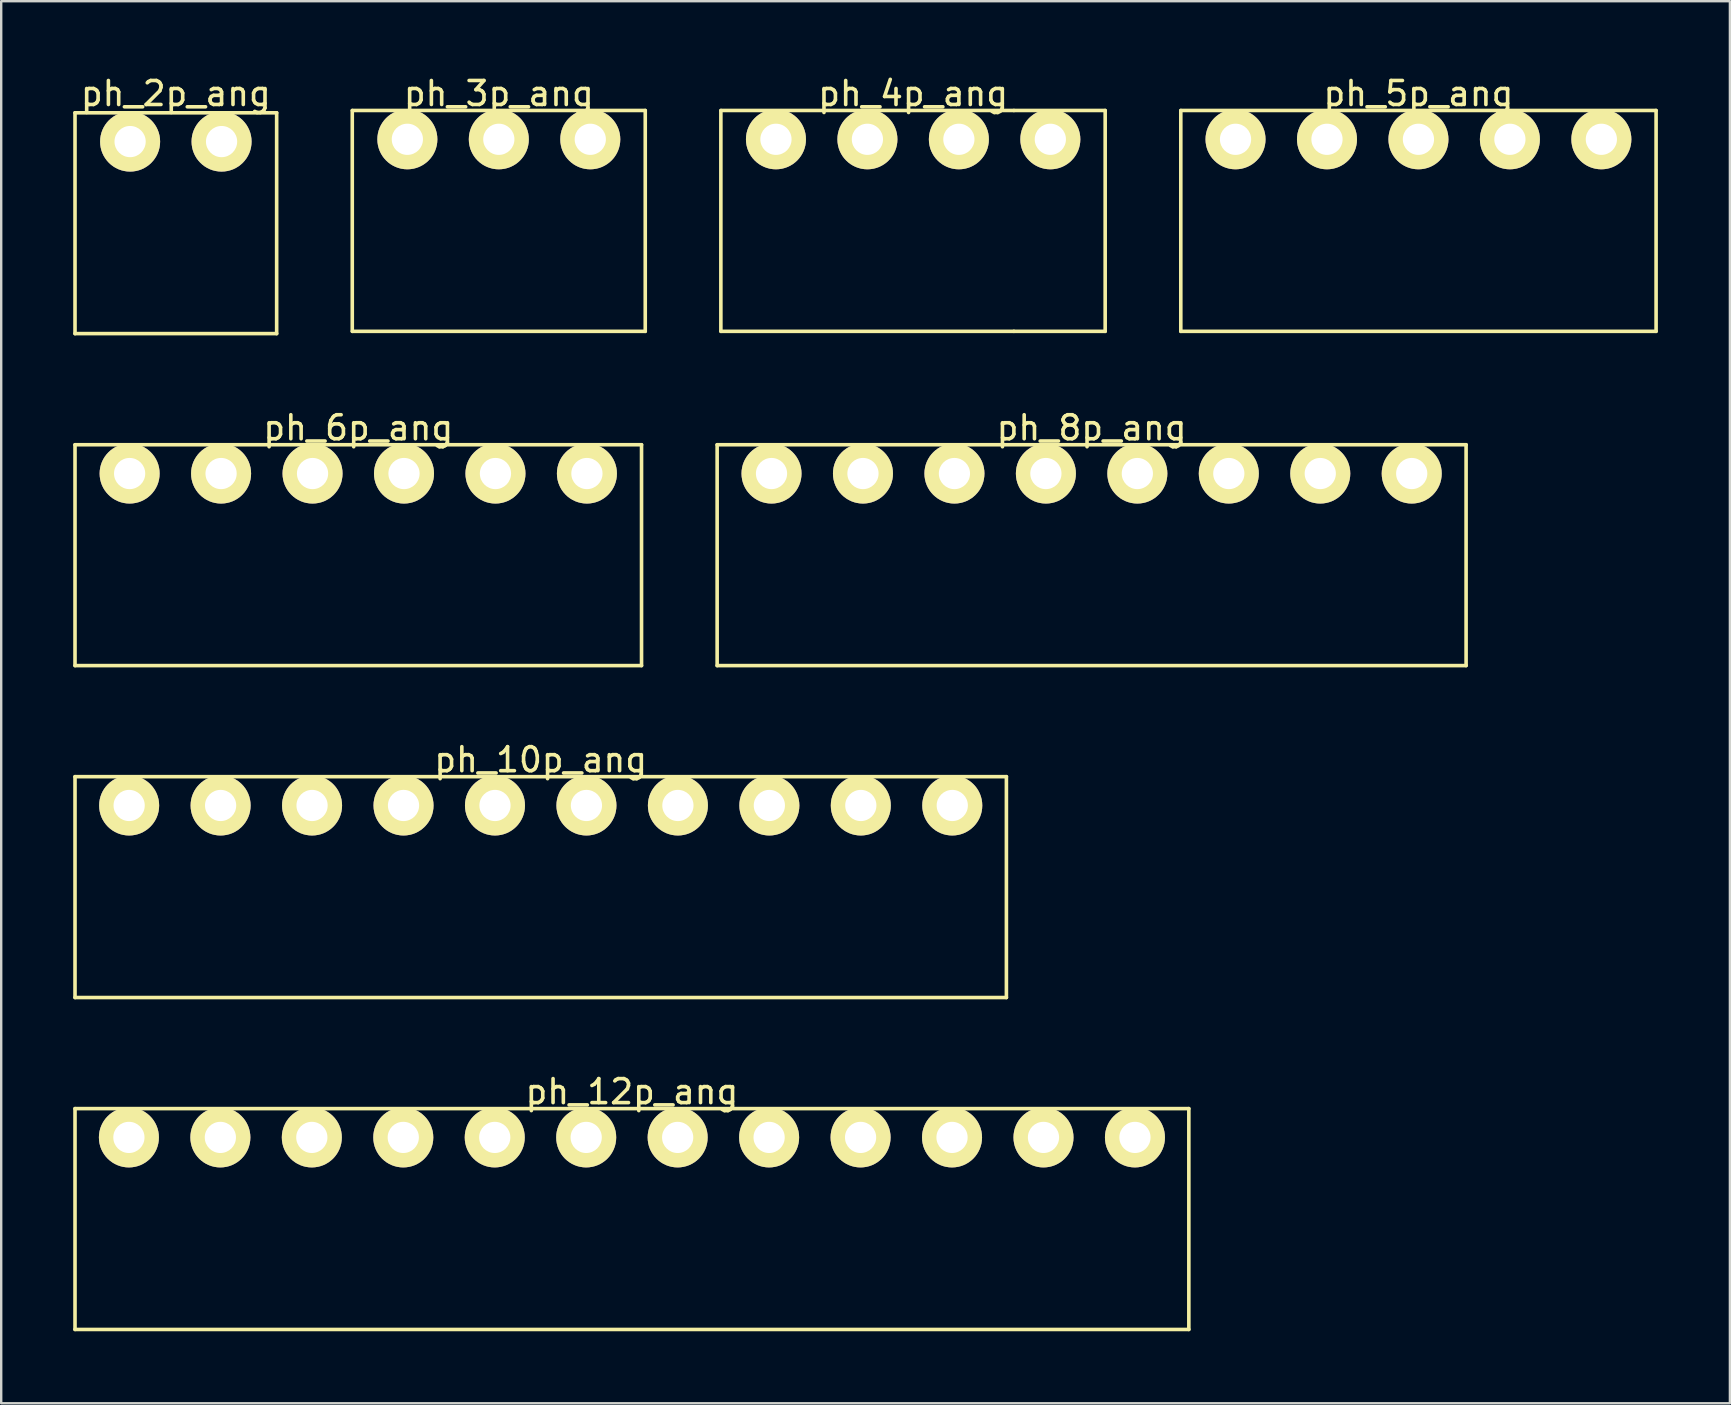
<source format=kicad_pcb>
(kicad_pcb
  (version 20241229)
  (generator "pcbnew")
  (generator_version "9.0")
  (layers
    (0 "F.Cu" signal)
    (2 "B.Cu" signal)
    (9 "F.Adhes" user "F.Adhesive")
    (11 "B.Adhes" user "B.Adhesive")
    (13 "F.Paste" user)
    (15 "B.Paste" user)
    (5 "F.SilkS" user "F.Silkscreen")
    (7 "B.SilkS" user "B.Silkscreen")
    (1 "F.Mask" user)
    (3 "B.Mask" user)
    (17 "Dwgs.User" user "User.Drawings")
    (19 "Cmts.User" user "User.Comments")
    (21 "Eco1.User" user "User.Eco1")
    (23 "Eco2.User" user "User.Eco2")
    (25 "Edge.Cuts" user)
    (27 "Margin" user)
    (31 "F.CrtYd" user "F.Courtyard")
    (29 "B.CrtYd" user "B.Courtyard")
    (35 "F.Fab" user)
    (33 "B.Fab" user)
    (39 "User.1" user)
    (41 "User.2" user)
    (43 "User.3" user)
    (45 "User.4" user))
  (footprint "ph_12p_ang"
    (layer "F.Cu")
    (at 23.275 44.333)
    (property "Reference" "ph_12p_ang" (at 0 -1.905 0) (layer "F.SilkS") (effects (font (size 1 1) (thickness 0.15))))
    (attr through_hole)
    (fp_line (start -23.2 -1.2) (end -23.2 8) (stroke (width 0.15) (type solid)) (layer "F.SilkS"))
    (fp_line (start -23.2 8) (end 23.2 8) (stroke (width 0.15) (type solid)) (layer "F.SilkS"))
    (fp_line (start 23.2 -1.2) (end -23.2 -1.2) (stroke (width 0.15) (type solid)) (layer "F.SilkS"))
    (fp_line (start 23.2 -1.2) (end 23.2 8) (stroke (width 0.15) (type solid)) (layer "F.SilkS"))
    (pad "1" thru_hole circle (at -20.955 0) (size 2.5 2.5) (drill 1.3) (layers "*.Cu" "*.Mask" "F.SilkS"))
    (pad "2" thru_hole circle (at -17.145 0) (size 2.5 2.5) (drill 1.3) (layers "*.Cu" "*.Mask" "F.SilkS"))
    (pad "3" thru_hole circle (at -13.335 0) (size 2.5 2.5) (drill 1.3) (layers "*.Cu" "*.Mask" "F.SilkS"))
    (pad "4" thru_hole circle (at -9.525 0) (size 2.5 2.5) (drill 1.3) (layers "*.Cu" "*.Mask" "F.SilkS"))
    (pad "5" thru_hole circle (at -5.715 0) (size 2.5 2.5) (drill 1.3) (layers "*.Cu" "*.Mask" "F.SilkS"))
    (pad "6" thru_hole circle (at -1.905 0) (size 2.5 2.5) (drill 1.3) (layers "*.Cu" "*.Mask" "F.SilkS"))
    (pad "7" thru_hole circle (at 1.905 0) (size 2.5 2.5) (drill 1.3) (layers "*.Cu" "*.Mask" "F.SilkS"))
    (pad "8" thru_hole circle (at 5.715 0) (size 2.5 2.5) (drill 1.3) (layers "*.Cu" "*.Mask" "F.SilkS"))
    (pad "9" thru_hole circle (at 9.525 0) (size 2.5 2.5) (drill 1.3) (layers "*.Cu" "*.Mask" "F.SilkS"))
    (pad "10" thru_hole circle (at 13.335 0) (size 2.5 2.5) (drill 1.3) (layers "*.Cu" "*.Mask" "F.SilkS"))
    (pad "11" thru_hole circle (at 17.145 0) (size 2.5 2.5) (drill 1.3) (layers "*.Cu" "*.Mask" "F.SilkS"))
    (pad "12" thru_hole circle (at 20.955 0) (size 2.5 2.5) (drill 1.3) (layers "*.Cu" "*.Mask" "F.SilkS")))
  (footprint "ph_5p_ang"
    (layer "F.Cu")
    (at 56.04 2.753)
    (property "Reference" "ph_5p_ang" (at 0 -1.905 0) (layer "F.SilkS") (effects (font (size 1 1) (thickness 0.15))))
    (attr through_hole)
    (fp_line (start -9.9 -1.2) (end -9.9 8) (stroke (width 0.15) (type solid)) (layer "F.SilkS"))
    (fp_line (start 9.9 -1.2) (end -9.9 -1.2) (stroke (width 0.15) (type solid)) (layer "F.SilkS"))
    (fp_line (start 9.9 -1.2) (end 9.9 8) (stroke (width 0.15) (type solid)) (layer "F.SilkS"))
    (fp_line (start 9.9 8) (end -9.9 8) (stroke (width 0.15) (type solid)) (layer "F.SilkS"))
    (pad "1" thru_hole circle (at -7.62 0) (size 2.5 2.5) (drill 1.3) (layers "*.Cu" "*.Mask" "F.SilkS"))
    (pad "2" thru_hole circle (at -3.81 0) (size 2.5 2.5) (drill 1.3) (layers "*.Cu" "*.Mask" "F.SilkS"))
    (pad "3" thru_hole circle (at 0 0) (size 2.5 2.5) (drill 1.3) (layers "*.Cu" "*.Mask" "F.SilkS"))
    (pad "4" thru_hole circle (at 3.81 0) (size 2.5 2.5) (drill 1.3) (layers "*.Cu" "*.Mask" "F.SilkS"))
    (pad "5" thru_hole circle (at 7.62 0) (size 2.5 2.5) (drill 1.3) (layers "*.Cu" "*.Mask" "F.SilkS")))
  (footprint "ph_8p_ang"
    (layer "F.Cu")
    (at 42.425 16.677)
    (property "Reference" "ph_8p_ang" (at 0 -1.905 0) (layer "F.SilkS") (effects (font (size 1 1) (thickness 0.15))))
    (attr through_hole)
    (fp_line (start -15.6 -1.2) (end -15.6 8) (stroke (width 0.15) (type solid)) (layer "F.SilkS"))
    (fp_line (start 15.6 -1.2) (end -15.6 -1.2) (stroke (width 0.15) (type solid)) (layer "F.SilkS"))
    (fp_line (start 15.6 -1.2) (end 15.6 8) (stroke (width 0.15) (type solid)) (layer "F.SilkS"))
    (fp_line (start 15.6 8) (end -15.6 8) (stroke (width 0.15) (type solid)) (layer "F.SilkS"))
    (pad "1" thru_hole circle (at -13.335 0) (size 2.5 2.5) (drill 1.3) (layers "*.Cu" "*.Mask" "F.SilkS"))
    (pad "2" thru_hole circle (at -9.525 0) (size 2.5 2.5) (drill 1.3) (layers "*.Cu" "*.Mask" "F.SilkS"))
    (pad "3" thru_hole circle (at -5.715 0) (size 2.5 2.5) (drill 1.3) (layers "*.Cu" "*.Mask" "F.SilkS"))
    (pad "4" thru_hole circle (at -1.905 0) (size 2.5 2.5) (drill 1.3) (layers "*.Cu" "*.Mask" "F.SilkS"))
    (pad "5" thru_hole circle (at 1.905 0) (size 2.5 2.5) (drill 1.3) (layers "*.Cu" "*.Mask" "F.SilkS"))
    (pad "6" thru_hole circle (at 5.715 0) (size 2.5 2.5) (drill 1.3) (layers "*.Cu" "*.Mask" "F.SilkS"))
    (pad "7" thru_hole circle (at 9.525 0) (size 2.5 2.5) (drill 1.3) (layers "*.Cu" "*.Mask" "F.SilkS"))
    (pad "8" thru_hole circle (at 13.335 0) (size 2.5 2.5) (drill 1.3) (layers "*.Cu" "*.Mask" "F.SilkS")))
  (footprint "ph_3p_ang"
    (layer "F.Cu")
    (at 17.73 2.753)
    (property "Reference" "ph_3p_ang" (at 0 -1.905 0) (layer "F.SilkS") (effects (font (size 1 1) (thickness 0.15))))
    (attr through_hole)
    (fp_line (start -6.105 -1.2) (end -6.105 8) (stroke (width 0.15) (type solid)) (layer "F.SilkS"))
    (fp_line (start -6.1 -1.2) (end 6.1 -1.2) (stroke (width 0.15) (type solid)) (layer "F.SilkS"))
    (fp_line (start -6.1 8) (end 6.1 8) (stroke (width 0.15) (type solid)) (layer "F.SilkS"))
    (fp_line (start 6.1 8) (end 6.1 -1.2) (stroke (width 0.15) (type solid)) (layer "F.SilkS"))
    (pad "1" thru_hole circle (at -3.81 0) (size 2.5 2.5) (drill 1.3) (layers "*.Cu" "*.Mask" "F.SilkS"))
    (pad "2" thru_hole circle (at 0 0) (size 2.5 2.5) (drill 1.3) (layers "*.Cu" "*.Mask" "F.SilkS"))
    (pad "3" thru_hole circle (at 3.81 0) (size 2.5 2.5) (drill 1.3) (layers "*.Cu" "*.Mask" "F.SilkS")))
  (footprint "ph_6p_ang"
    (layer "F.Cu")
    (at 11.875 16.677)
    (property "Reference" "ph_6p_ang" (at 0 -1.905 0) (layer "F.SilkS") (effects (font (size 1 1) (thickness 0.15))))
    (attr through_hole)
    (fp_line (start -11.8 -1.2) (end -11.8 8) (stroke (width 0.15) (type solid)) (layer "F.SilkS"))
    (fp_line (start -11.8 8) (end 11.8 8) (stroke (width 0.15) (type solid)) (layer "F.SilkS"))
    (fp_line (start 11.8 -1.2) (end -11.8 -1.2) (stroke (width 0.15) (type solid)) (layer "F.SilkS"))
    (fp_line (start 11.8 -1.2) (end 11.8 8) (stroke (width 0.15) (type solid)) (layer "F.SilkS"))
    (pad "1" thru_hole circle (at -9.525 0) (size 2.5 2.5) (drill 1.3) (layers "*.Cu" "*.Mask" "F.SilkS"))
    (pad "2" thru_hole circle (at -5.715 0) (size 2.5 2.5) (drill 1.3) (layers "*.Cu" "*.Mask" "F.SilkS"))
    (pad "3" thru_hole circle (at -1.905 0) (size 2.5 2.5) (drill 1.3) (layers "*.Cu" "*.Mask" "F.SilkS"))
    (pad "4" thru_hole circle (at 1.905 0) (size 2.5 2.5) (drill 1.3) (layers "*.Cu" "*.Mask" "F.SilkS"))
    (pad "5" thru_hole circle (at 5.715 0) (size 2.5 2.5) (drill 1.3) (layers "*.Cu" "*.Mask" "F.SilkS"))
    (pad "6" thru_hole circle (at 9.525 0) (size 2.5 2.5) (drill 1.3) (layers "*.Cu" "*.Mask" "F.SilkS")))
  (footprint "ph_10p_ang"
    (layer "F.Cu")
    (at 19.475 30.505)
    (property "Reference" "ph_10p_ang" (at 0 -1.905 0) (layer "F.SilkS") (effects (font (size 1 1) (thickness 0.15))))
    (attr through_hole)
    (fp_line (start -19.4 -1.2) (end -19.4 8) (stroke (width 0.15) (type solid)) (layer "F.SilkS"))
    (fp_line (start 19.4 -1.2) (end -19.4 -1.2) (stroke (width 0.15) (type solid)) (layer "F.SilkS"))
    (fp_line (start 19.4 -1.2) (end 19.4 8) (stroke (width 0.15) (type solid)) (layer "F.SilkS"))
    (fp_line (start 19.4 8) (end -19.4 8) (stroke (width 0.15) (type solid)) (layer "F.SilkS"))
    (pad "1" thru_hole circle (at -17.145 0) (size 2.5 2.5) (drill 1.3) (layers "*.Cu" "*.Mask" "F.SilkS"))
    (pad "2" thru_hole circle (at -13.335 0) (size 2.5 2.5) (drill 1.3) (layers "*.Cu" "*.Mask" "F.SilkS"))
    (pad "3" thru_hole circle (at -9.525 0) (size 2.5 2.5) (drill 1.3) (layers "*.Cu" "*.Mask" "F.SilkS"))
    (pad "4" thru_hole circle (at -5.715 0) (size 2.5 2.5) (drill 1.3) (layers "*.Cu" "*.Mask" "F.SilkS"))
    (pad "5" thru_hole circle (at -1.905 0) (size 2.5 2.5) (drill 1.3) (layers "*.Cu" "*.Mask" "F.SilkS"))
    (pad "6" thru_hole circle (at 1.905 0) (size 2.5 2.5) (drill 1.3) (layers "*.Cu" "*.Mask" "F.SilkS"))
    (pad "7" thru_hole circle (at 5.715 0) (size 2.5 2.5) (drill 1.3) (layers "*.Cu" "*.Mask" "F.SilkS"))
    (pad "8" thru_hole circle (at 9.525 0) (size 2.5 2.5) (drill 1.3) (layers "*.Cu" "*.Mask" "F.SilkS"))
    (pad "9" thru_hole circle (at 13.335 0) (size 2.5 2.5) (drill 1.3) (layers "*.Cu" "*.Mask" "F.SilkS"))
    (pad "10" thru_hole circle (at 17.145 0) (size 2.5 2.5) (drill 1.3) (layers "*.Cu" "*.Mask" "F.SilkS")))
  (footprint "ph_2p_ang"
    (layer "F.Cu")
    (at 4.275 2.848)
    (property "Reference" "ph_2p_ang" (at 0 -2 0) (layer "F.SilkS") (effects (font (size 1 1) (thickness 0.15))))
    (attr through_hole)
    (fp_line (start -4.2 -1.2) (end -4.2 8) (stroke (width 0.15) (type solid)) (layer "F.SilkS"))
    (fp_line (start -4.2 8) (end 4.2 8) (stroke (width 0.15) (type solid)) (layer "F.SilkS"))
    (fp_line (start 4.2 -1.2) (end -4.2 -1.2) (stroke (width 0.15) (type solid)) (layer "F.SilkS"))
    (fp_line (start 4.2 8) (end 4.2 -1.2) (stroke (width 0.15) (type solid)) (layer "F.SilkS"))
    (pad "1" thru_hole circle (at -1.905 0) (size 2.5 2.5) (drill 1.3) (layers "*.Cu" "*.Mask" "F.SilkS"))
    (pad "2" thru_hole circle (at 1.905 0) (size 2.5 2.5) (drill 1.3) (layers "*.Cu" "*.Mask" "F.SilkS")))
  (footprint "ph_4p_ang"
    (layer "F.Cu")
    (at 34.99 2.753)
    (property "Reference" "ph_4p_ang" (at 0 -1.905 0) (layer "F.SilkS") (effects (font (size 1 1) (thickness 0.15))))
    (attr through_hole)
    (fp_line (start -8.01 -1.2) (end -8.01 8) (stroke (width 0.15) (type solid)) (layer "F.SilkS"))
    (fp_line (start -8.005 -1.2) (end 4.195 -1.2) (stroke (width 0.15) (type solid)) (layer "F.SilkS"))
    (fp_line (start -8.005 8) (end 4.195 8) (stroke (width 0.15) (type solid)) (layer "F.SilkS"))
    (fp_line (start 4.2 -1.2) (end 8 -1.2) (stroke (width 0.15) (type solid)) (layer "F.SilkS"))
    (fp_line (start 8 -1.2) (end 8 8) (stroke (width 0.15) (type solid)) (layer "F.SilkS"))
    (fp_line (start 8 8) (end 4.2 8) (stroke (width 0.15) (type solid)) (layer "F.SilkS"))
    (pad "1" thru_hole circle (at -5.715 0) (size 2.5 2.5) (drill 1.3) (layers "*.Cu" "*.Mask" "F.SilkS"))
    (pad "2" thru_hole circle (at -1.905 0) (size 2.5 2.5) (drill 1.3) (layers "*.Cu" "*.Mask" "F.SilkS"))
    (pad "3" thru_hole circle (at 1.905 0) (size 2.5 2.5) (drill 1.3) (layers "*.Cu" "*.Mask" "F.SilkS"))
    (pad "4" thru_hole circle (at 5.715 0) (size 2.5 2.5) (drill 1.3) (layers "*.Cu" "*.Mask" "F.SilkS")))
  (gr_rect
    (start -3 -3)
    (end 69.015 55.408)
    (stroke (width 0.1) (type default))
    (fill no)
    (layer "Edge.Cuts")))
</source>
